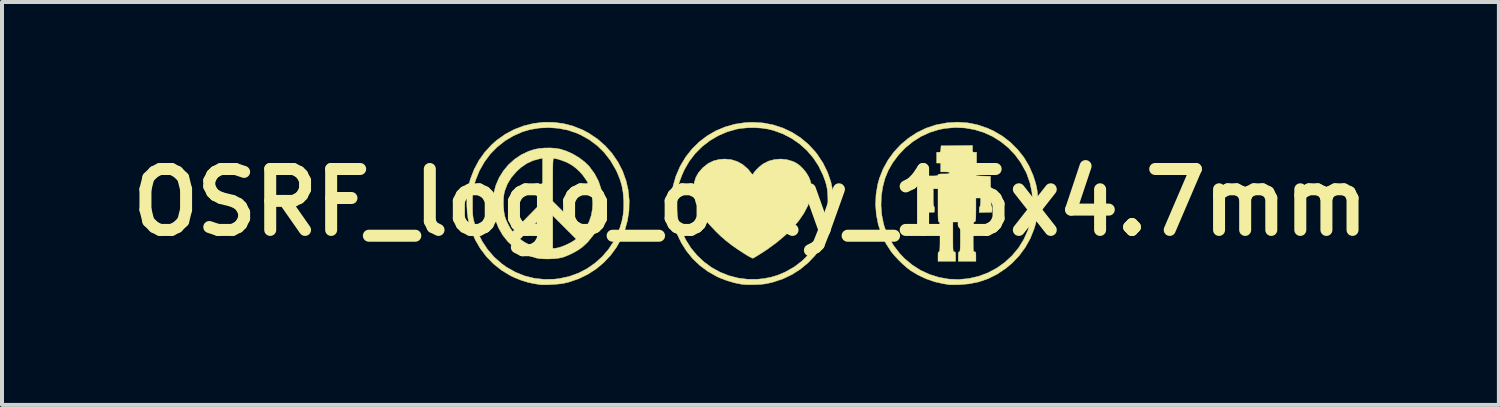
<source format=kicad_pcb>
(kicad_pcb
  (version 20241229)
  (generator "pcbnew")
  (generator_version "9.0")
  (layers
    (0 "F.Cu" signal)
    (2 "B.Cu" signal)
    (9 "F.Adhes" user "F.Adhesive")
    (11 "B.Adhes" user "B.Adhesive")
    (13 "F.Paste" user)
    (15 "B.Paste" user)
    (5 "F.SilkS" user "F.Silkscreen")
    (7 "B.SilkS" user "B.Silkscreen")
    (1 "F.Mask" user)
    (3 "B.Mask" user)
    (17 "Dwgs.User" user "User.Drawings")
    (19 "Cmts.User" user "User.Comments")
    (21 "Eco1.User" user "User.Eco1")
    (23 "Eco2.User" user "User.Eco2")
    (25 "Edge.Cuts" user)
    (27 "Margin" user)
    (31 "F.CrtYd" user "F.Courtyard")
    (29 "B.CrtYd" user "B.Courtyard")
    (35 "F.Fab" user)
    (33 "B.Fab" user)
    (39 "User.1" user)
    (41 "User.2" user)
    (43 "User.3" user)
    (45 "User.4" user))
  (footprint "OSRF_logo_only_15x4.7mm"
    (layer "F.Cu")
    (at 15.719 2.011)
    (property "Reference" "OSRF_logo_only_15x4.7mm" (at 0 0 0) (layer "F.SilkS") (effects (font (size 1.524 1.524) (thickness 0.3))))
    (attr through_hole)
    (fp_poly (pts (xy -0.478 -1.068) (xy -0.326 -1.02) (xy -0.188 -0.942) (xy -0.064 -0.834) (xy 0.022 -0.728) (xy 0.044 -0.7) (xy 0.057 -0.698) (xy 0.072 -0.719) (xy 0.108 -0.77) (xy 0.163 -0.83) (xy 0.227 -0.891) (xy 0.292 -0.944) (xy 0.323 -0.966) (xy 0.457 -1.033) (xy 0.605 -1.072) (xy 0.759 -1.084) (xy 0.913 -1.068) (xy 1.061 -1.024) (xy 1.155 -0.977) (xy 1.24 -0.915) (xy 1.325 -0.83) (xy 1.401 -0.733) (xy 1.459 -0.635) (xy 1.461 -0.631) (xy 1.49 -0.56) (xy 1.508 -0.496) (xy 1.518 -0.421) (xy 1.521 -0.372) (xy 1.521 -0.244) (xy 1.506 -0.128) (xy 1.472 -0.012) (xy 1.433 0.088) (xy 1.337 0.272) (xy 1.209 0.458) (xy 1.051 0.643) (xy 0.866 0.826) (xy 0.654 1.004) (xy 0.419 1.176) (xy 0.254 1.283) (xy 0.186 1.326) (xy 0.127 1.362) (xy 0.083 1.387) (xy 0.063 1.398) (xy 0.041 1.392) (xy -0.002 1.371) (xy -0.062 1.338) (xy -0.132 1.296) (xy -0.14 1.291) (xy -0.317 1.176) (xy -0.471 1.068) (xy -0.609 0.96) (xy -0.74 0.847) (xy -0.864 0.728) (xy -1.036 0.544) (xy -1.176 0.365) (xy -1.284 0.191) (xy -1.36 0.019) (xy -1.406 -0.15) (xy -1.422 -0.319) (xy -1.422 -0.326) (xy -1.409 -0.48) (xy -1.369 -0.617) (xy -1.299 -0.742) (xy -1.197 -0.86) (xy -1.182 -0.874) (xy -1.059 -0.971) (xy -0.926 -1.037) (xy -0.779 -1.074) (xy -0.642 -1.084) (xy -0.478 -1.068)) (stroke (width 0.01) (type solid)) (fill yes) (layer "F.SilkS"))
    (fp_poly (pts (xy 5.428 -1.989) (xy 5.68 -1.939) (xy 5.928 -1.855) (xy 6.079 -1.786) (xy 6.301 -1.656) (xy 6.503 -1.5) (xy 6.683 -1.321) (xy 6.84 -1.122) (xy 6.97 -0.904) (xy 7.071 -0.672) (xy 7.074 -0.66) (xy 7.119 -0.525) (xy 7.151 -0.406) (xy 7.171 -0.292) (xy 7.183 -0.172) (xy 7.188 -0.034) (xy 7.188 0.017) (xy 7.186 0.163) (xy 7.178 0.286) (xy 7.163 0.396) (xy 7.14 0.505) (xy 7.107 0.623) (xy 7.094 0.663) (xy 7 0.9) (xy 6.875 1.123) (xy 6.724 1.33) (xy 6.547 1.516) (xy 6.386 1.651) (xy 6.169 1.796) (xy 5.946 1.908) (xy 5.713 1.988) (xy 5.467 2.038) (xy 5.224 2.058) (xy 5.136 2.06) (xy 5.059 2.06) (xy 5 2.06) (xy 4.966 2.059) (xy 4.961 2.058) (xy 4.933 2.053) (xy 4.882 2.044) (xy 4.818 2.033) (xy 4.809 2.032) (xy 4.603 1.985) (xy 4.392 1.911) (xy 4.188 1.815) (xy 4.012 1.71) (xy 3.917 1.638) (xy 3.812 1.546) (xy 3.706 1.443) (xy 3.608 1.338) (xy 3.526 1.24) (xy 3.523 1.236) (xy 3.386 1.024) (xy 3.278 0.797) (xy 3.198 0.558) (xy 3.149 0.31) (xy 3.131 0.081) (xy 3.266 0.081) (xy 3.284 0.313) (xy 3.329 0.536) (xy 3.36 0.64) (xy 3.455 0.866) (xy 3.58 1.08) (xy 3.733 1.279) (xy 3.855 1.407) (xy 4.048 1.567) (xy 4.257 1.7) (xy 4.481 1.803) (xy 4.716 1.876) (xy 4.959 1.919) (xy 5.207 1.929) (xy 5.458 1.906) (xy 5.468 1.904) (xy 5.71 1.848) (xy 5.942 1.761) (xy 6.16 1.645) (xy 6.362 1.501) (xy 6.544 1.333) (xy 6.703 1.142) (xy 6.712 1.13) (xy 6.839 0.922) (xy 6.939 0.701) (xy 7.009 0.468) (xy 7.049 0.23) (xy 7.06 -0.012) (xy 7.04 -0.253) (xy 6.991 -0.489) (xy 6.91 -0.717) (xy 6.885 -0.771) (xy 6.762 -0.993) (xy 6.615 -1.193) (xy 6.446 -1.37) (xy 6.258 -1.522) (xy 6.054 -1.649) (xy 5.836 -1.748) (xy 5.606 -1.819) (xy 5.367 -1.861) (xy 5.122 -1.872) (xy 4.873 -1.851) (xy 4.717 -1.821) (xy 4.49 -1.751) (xy 4.271 -1.651) (xy 4.066 -1.522) (xy 3.877 -1.368) (xy 3.707 -1.191) (xy 3.559 -0.994) (xy 3.448 -0.801) (xy 3.365 -0.6) (xy 3.307 -0.381) (xy 3.273 -0.152) (xy 3.266 0.081) (xy 3.131 0.081) (xy 3.129 0.057) (xy 3.141 -0.197) (xy 3.183 -0.448) (xy 3.227 -0.605) (xy 3.32 -0.839) (xy 3.442 -1.059) (xy 3.59 -1.262) (xy 3.761 -1.445) (xy 3.954 -1.607) (xy 4.164 -1.744) (xy 4.39 -1.854) (xy 4.628 -1.934) (xy 4.647 -1.939) (xy 4.911 -1.989) (xy 5.171 -2.006) (xy 5.428 -1.989)) (stroke (width 0.01) (type solid)) (fill yes) (layer "F.SilkS"))
    (fp_poly (pts (xy -4.932 -2.002) (xy -4.684 -1.971) (xy -4.441 -1.909) (xy -4.206 -1.816) (xy -4.041 -1.729) (xy -3.823 -1.582) (xy -3.628 -1.411) (xy -3.458 -1.22) (xy -3.314 -1.009) (xy -3.198 -0.783) (xy -3.111 -0.542) (xy -3.057 -0.304) (xy -3.032 -0.046) (xy -3.038 0.208) (xy -3.076 0.455) (xy -3.142 0.693) (xy -3.236 0.919) (xy -3.356 1.131) (xy -3.501 1.328) (xy -3.669 1.506) (xy -3.858 1.664) (xy -4.067 1.799) (xy -4.294 1.91) (xy -4.538 1.993) (xy -4.665 2.024) (xy -4.732 2.035) (xy -4.819 2.044) (xy -4.918 2.052) (xy -5.02 2.058) (xy -5.116 2.061) (xy -5.198 2.061) (xy -5.257 2.058) (xy -5.266 2.056) (xy -5.304 2.05) (xy -5.363 2.04) (xy -5.427 2.03) (xy -5.579 1.997) (xy -5.743 1.945) (xy -5.906 1.879) (xy -5.999 1.834) (xy -6.222 1.7) (xy -6.423 1.541) (xy -6.603 1.357) (xy -6.758 1.152) (xy -6.887 0.928) (xy -6.989 0.686) (xy -7.038 0.528) (xy -7.065 0.395) (xy -7.084 0.24) (xy -7.093 0.076) (xy -7.093 0.001) (xy -6.951 0.001) (xy -6.951 0.034) (xy -6.95 0.148) (xy -6.949 0.236) (xy -6.945 0.304) (xy -6.939 0.362) (xy -6.93 0.415) (xy -6.916 0.471) (xy -6.904 0.516) (xy -6.821 0.753) (xy -6.709 0.977) (xy -6.571 1.184) (xy -6.407 1.371) (xy -6.221 1.535) (xy -6.101 1.621) (xy -5.879 1.746) (xy -5.648 1.839) (xy -5.407 1.899) (xy -5.159 1.926) (xy -4.904 1.921) (xy -4.771 1.905) (xy -4.529 1.852) (xy -4.3 1.769) (xy -4.084 1.657) (xy -3.885 1.518) (xy -3.705 1.356) (xy -3.547 1.171) (xy -3.413 0.966) (xy -3.305 0.743) (xy -3.262 0.627) (xy -3.215 0.469) (xy -3.186 0.32) (xy -3.171 0.167) (xy -3.169 -0.001) (xy -3.171 -0.057) (xy -3.186 -0.249) (xy -3.217 -0.421) (xy -3.266 -0.585) (xy -3.336 -0.754) (xy -3.369 -0.821) (xy -3.5 -1.045) (xy -3.654 -1.244) (xy -3.83 -1.418) (xy -4.03 -1.567) (xy -4.251 -1.69) (xy -4.358 -1.737) (xy -4.576 -1.809) (xy -4.806 -1.853) (xy -5.044 -1.87) (xy -5.281 -1.859) (xy -5.511 -1.821) (xy -5.695 -1.767) (xy -5.928 -1.665) (xy -6.143 -1.537) (xy -6.337 -1.382) (xy -6.51 -1.205) (xy -6.658 -1.005) (xy -6.781 -0.787) (xy -6.876 -0.551) (xy -6.911 -0.432) (xy -6.926 -0.372) (xy -6.936 -0.317) (xy -6.944 -0.26) (xy -6.948 -0.193) (xy -6.95 -0.108) (xy -6.951 0.001) (xy -7.093 0.001) (xy -7.093 -0.086) (xy -7.082 -0.235) (xy -7.071 -0.313) (xy -7.007 -0.574) (xy -6.913 -0.819) (xy -6.791 -1.048) (xy -6.641 -1.258) (xy -6.466 -1.447) (xy -6.341 -1.556) (xy -6.13 -1.705) (xy -5.906 -1.824) (xy -5.671 -1.913) (xy -5.428 -1.973) (xy -5.181 -2.003) (xy -4.932 -2.002)) (stroke (width 0.01) (type solid)) (fill yes) (layer "F.SilkS"))
    (fp_poly (pts (xy 0.313 -1.987) (xy 0.567 -1.939) (xy 0.81 -1.86) (xy 1.039 -1.752) (xy 1.252 -1.616) (xy 1.447 -1.453) (xy 1.622 -1.264) (xy 1.669 -1.204) (xy 1.815 -0.983) (xy 1.929 -0.75) (xy 2.013 -0.507) (xy 2.064 -0.257) (xy 2.083 -0.001) (xy 2.07 0.257) (xy 2.024 0.515) (xy 1.981 0.665) (xy 1.888 0.901) (xy 1.766 1.122) (xy 1.618 1.325) (xy 1.445 1.508) (xy 1.251 1.669) (xy 1.038 1.805) (xy 0.808 1.915) (xy 0.564 1.995) (xy 0.55 1.999) (xy 0.444 2.024) (xy 0.35 2.041) (xy 0.254 2.051) (xy 0.141 2.057) (xy 0.119 2.057) (xy 0.023 2.059) (xy -0.072 2.058) (xy -0.154 2.055) (xy -0.213 2.049) (xy -0.215 2.049) (xy -0.401 2.012) (xy -0.594 1.955) (xy -0.78 1.883) (xy -0.84 1.855) (xy -1.065 1.727) (xy -1.268 1.576) (xy -1.447 1.404) (xy -1.601 1.214) (xy -1.731 1.008) (xy -1.835 0.789) (xy -1.912 0.559) (xy -1.961 0.322) (xy -1.982 0.08) (xy -1.98 0.017) (xy -1.836 0.017) (xy -1.836 0.136) (xy -1.834 0.228) (xy -1.83 0.3) (xy -1.823 0.361) (xy -1.813 0.418) (xy -1.8 0.476) (xy -1.722 0.716) (xy -1.617 0.939) (xy -1.487 1.144) (xy -1.334 1.328) (xy -1.16 1.491) (xy -0.969 1.631) (xy -0.761 1.745) (xy -0.541 1.833) (xy -0.309 1.893) (xy -0.068 1.924) (xy 0.178 1.923) (xy 0.339 1.906) (xy 0.518 1.871) (xy 0.682 1.822) (xy 0.847 1.753) (xy 0.891 1.732) (xy 1.105 1.609) (xy 1.3 1.458) (xy 1.475 1.284) (xy 1.626 1.088) (xy 1.752 0.874) (xy 1.85 0.645) (xy 1.901 0.476) (xy 1.915 0.417) (xy 1.925 0.361) (xy 1.932 0.3) (xy 1.935 0.227) (xy 1.937 0.135) (xy 1.937 0.017) (xy 1.936 -0.122) (xy 1.93 -0.236) (xy 1.92 -0.333) (xy 1.902 -0.423) (xy 1.877 -0.513) (xy 1.842 -0.612) (xy 1.812 -0.688) (xy 1.705 -0.91) (xy 1.571 -1.114) (xy 1.412 -1.299) (xy 1.23 -1.462) (xy 1.029 -1.601) (xy 0.81 -1.714) (xy 0.577 -1.799) (xy 0.44 -1.833) (xy 0.285 -1.857) (xy 0.112 -1.868) (xy -0.066 -1.866) (xy -0.235 -1.851) (xy -0.339 -1.833) (xy -0.579 -1.765) (xy -0.806 -1.668) (xy -1.017 -1.543) (xy -1.21 -1.394) (xy -1.383 -1.221) (xy -1.531 -1.027) (xy -1.654 -0.815) (xy -1.71 -0.688) (xy -1.753 -0.578) (xy -1.785 -0.482) (xy -1.807 -0.393) (xy -1.822 -0.302) (xy -1.831 -0.2) (xy -1.835 -0.079) (xy -1.836 0.017) (xy -1.98 0.017) (xy -1.973 -0.166) (xy -1.935 -0.411) (xy -1.865 -0.654) (xy -1.763 -0.891) (xy -1.752 -0.913) (xy -1.619 -1.135) (xy -1.46 -1.336) (xy -1.28 -1.513) (xy -1.08 -1.665) (xy -0.862 -1.791) (xy -0.63 -1.888) (xy -0.384 -1.957) (xy -0.129 -1.995) (xy 0.051 -2.003) (xy 0.313 -1.987)) (stroke (width 0.01) (type solid)) (fill yes) (layer "F.SilkS"))
    (fp_poly (pts (xy -4.874 -1.352) (xy -4.757 -1.332) (xy -4.75 -1.331) (xy -4.595 -1.279) (xy -4.438 -1.207) (xy -4.288 -1.118) (xy -4.154 -1.017) (xy -4.043 -0.911) (xy -4.027 -0.892) (xy -3.897 -0.714) (xy -3.799 -0.527) (xy -3.734 -0.331) (xy -3.698 -0.122) (xy -3.692 0.025) (xy -3.708 0.244) (xy -3.755 0.454) (xy -3.833 0.651) (xy -3.94 0.833) (xy -4.074 0.998) (xy -4.203 1.117) (xy -4.295 1.183) (xy -4.407 1.249) (xy -4.528 1.309) (xy -4.646 1.358) (xy -4.716 1.38) (xy -4.807 1.398) (xy -4.92 1.41) (xy -5.043 1.415) (xy -5.165 1.414) (xy -5.274 1.406) (xy -5.342 1.395) (xy -5.549 1.333) (xy -5.74 1.241) (xy -5.913 1.124) (xy -6.065 0.983) (xy -6.119 0.916) (xy -5.766 0.916) (xy -5.723 0.948) (xy -5.649 0.998) (xy -5.558 1.046) (xy -5.46 1.09) (xy -5.364 1.124) (xy -5.28 1.145) (xy -5.237 1.15) (xy -5.199 1.151) (xy -4.945 1.151) (xy -4.906 1.151) (xy -4.869 1.147) (xy -4.814 1.136) (xy -4.775 1.126) (xy -4.704 1.103) (xy -4.621 1.068) (xy -4.535 1.028) (xy -4.459 0.986) (xy -4.404 0.95) (xy -4.403 0.949) (xy -4.36 0.916) (xy -4.652 0.623) (xy -4.945 0.33) (xy -4.945 1.151) (xy -5.199 1.151) (xy -5.199 0.347) (xy -5.482 0.631) (xy -5.766 0.916) (xy -6.119 0.916) (xy -6.195 0.82) (xy -6.3 0.639) (xy -6.378 0.441) (xy -6.427 0.229) (xy -6.435 0.177) (xy -6.443 -0.018) (xy -6.179 -0.018) (xy -6.176 0.111) (xy -6.165 0.235) (xy -6.145 0.344) (xy -6.131 0.389) (xy -6.108 0.449) (xy -6.077 0.516) (xy -6.043 0.583) (xy -6.008 0.645) (xy -5.977 0.694) (xy -5.953 0.723) (xy -5.945 0.728) (xy -5.93 0.716) (xy -5.894 0.683) (xy -5.841 0.632) (xy -5.773 0.565) (xy -5.694 0.486) (xy -5.606 0.397) (xy -5.565 0.355) (xy -5.199 -0.018) (xy -5.199 -0.563) (xy -4.945 -0.563) (xy -4.945 -0.026) (xy -4.568 0.351) (xy -4.475 0.444) (xy -4.39 0.528) (xy -4.316 0.601) (xy -4.255 0.66) (xy -4.211 0.702) (xy -4.186 0.725) (xy -4.182 0.728) (xy -4.169 0.715) (xy -4.145 0.68) (xy -4.117 0.635) (xy -4.035 0.482) (xy -3.982 0.33) (xy -3.953 0.169) (xy -3.945 0.017) (xy -3.961 -0.176) (xy -4.007 -0.357) (xy -4.084 -0.525) (xy -4.194 -0.682) (xy -4.275 -0.772) (xy -4.363 -0.854) (xy -4.444 -0.917) (xy -4.531 -0.969) (xy -4.549 -0.979) (xy -4.63 -1.016) (xy -4.718 -1.05) (xy -4.805 -1.078) (xy -4.88 -1.095) (xy -4.923 -1.1) (xy -4.93 -1.093) (xy -4.934 -1.07) (xy -4.938 -1.028) (xy -4.941 -0.964) (xy -4.943 -0.875) (xy -4.944 -0.759) (xy -4.945 -0.612) (xy -4.945 -0.563) (xy -5.199 -0.563) (xy -5.199 -1.104) (xy -5.262 -1.093) (xy -5.433 -1.047) (xy -5.59 -0.976) (xy -5.737 -0.875) (xy -5.851 -0.772) (xy -5.98 -0.622) (xy -6.078 -0.461) (xy -6.144 -0.29) (xy -6.157 -0.243) (xy -6.173 -0.14) (xy -6.179 -0.018) (xy -6.443 -0.018) (xy -6.443 -0.03) (xy -6.42 -0.233) (xy -6.367 -0.428) (xy -6.287 -0.613) (xy -6.181 -0.785) (xy -6.051 -0.941) (xy -5.9 -1.077) (xy -5.73 -1.191) (xy -5.542 -1.28) (xy -5.409 -1.323) (xy -5.291 -1.346) (xy -5.154 -1.359) (xy -5.011 -1.361) (xy -4.874 -1.352)) (stroke (width 0.01) (type solid)) (fill yes) (layer "F.SilkS"))
    (fp_poly (pts (xy 5.554 -1.338) (xy 5.555 -1.288) (xy 5.562 -1.263) (xy 5.58 -1.254) (xy 5.605 -1.253) (xy 5.656 -1.253) (xy 5.656 -0.982) (xy 5.554 -0.982) (xy 5.554 -0.762) (xy 5.444 -0.762) (xy 5.382 -0.76) (xy 5.348 -0.754) (xy 5.335 -0.742) (xy 5.334 -0.737) (xy 5.34 -0.724) (xy 5.362 -0.716) (xy 5.405 -0.712) (xy 5.475 -0.711) (xy 5.486 -0.711) (xy 5.561 -0.71) (xy 5.608 -0.706) (xy 5.632 -0.699) (xy 5.639 -0.687) (xy 5.639 -0.686) (xy 5.645 -0.675) (xy 5.667 -0.667) (xy 5.711 -0.662) (xy 5.781 -0.658) (xy 5.821 -0.657) (xy 6.003 -0.652) (xy 6.007 -0.275) (xy 6.01 -0.137) (xy 6.014 -0.029) (xy 6.018 0.047) (xy 6.024 0.091) (xy 6.03 0.102) (xy 6.04 0.117) (xy 6.043 0.157) (xy 6.042 0.174) (xy 6.037 0.246) (xy 5.88 0.25) (xy 5.723 0.255) (xy 5.723 0.178) (xy 5.727 0.133) (xy 5.735 0.105) (xy 5.74 0.102) (xy 5.748 0.085) (xy 5.753 0.039) (xy 5.756 -0.035) (xy 5.757 -0.119) (xy 5.757 -0.339) (xy 5.639 -0.339) (xy 5.639 0.069) (xy 5.639 0.197) (xy 5.638 0.295) (xy 5.637 0.368) (xy 5.634 0.418) (xy 5.631 0.451) (xy 5.625 0.471) (xy 5.617 0.481) (xy 5.607 0.486) (xy 5.605 0.486) (xy 5.594 0.49) (xy 5.586 0.5) (xy 5.579 0.518) (xy 5.575 0.55) (xy 5.573 0.599) (xy 5.572 0.671) (xy 5.571 0.768) (xy 5.571 0.866) (xy 5.571 0.987) (xy 5.572 1.078) (xy 5.573 1.144) (xy 5.576 1.188) (xy 5.58 1.216) (xy 5.587 1.23) (xy 5.595 1.235) (xy 5.605 1.236) (xy 5.623 1.239) (xy 5.633 1.254) (xy 5.638 1.287) (xy 5.639 1.345) (xy 5.639 1.355) (xy 5.639 1.473) (xy 5.199 1.473) (xy 5.199 1.355) (xy 5.2 1.29) (xy 5.205 1.253) (xy 5.216 1.238) (xy 5.224 1.236) (xy 5.232 1.232) (xy 5.239 1.218) (xy 5.243 1.188) (xy 5.246 1.141) (xy 5.248 1.07) (xy 5.249 0.974) (xy 5.249 0.864) (xy 5.249 0.491) (xy 5.063 0.491) (xy 5.063 0.864) (xy 5.063 0.985) (xy 5.064 1.077) (xy 5.065 1.143) (xy 5.068 1.188) (xy 5.072 1.215) (xy 5.078 1.23) (xy 5.087 1.235) (xy 5.097 1.236) (xy 5.115 1.239) (xy 5.125 1.254) (xy 5.13 1.287) (xy 5.131 1.345) (xy 5.131 1.355) (xy 5.131 1.473) (xy 4.691 1.473) (xy 4.691 1.355) (xy 4.692 1.29) (xy 4.697 1.253) (xy 4.708 1.238) (xy 4.716 1.236) (xy 4.724 1.232) (xy 4.731 1.218) (xy 4.735 1.188) (xy 4.738 1.141) (xy 4.74 1.07) (xy 4.741 0.974) (xy 4.741 0.864) (xy 4.741 0.74) (xy 4.74 0.647) (xy 4.738 0.58) (xy 4.735 0.534) (xy 4.73 0.507) (xy 4.723 0.494) (xy 4.716 0.491) (xy 4.708 0.487) (xy 4.702 0.473) (xy 4.697 0.445) (xy 4.694 0.399) (xy 4.692 0.332) (xy 4.691 0.239) (xy 4.691 0.118) (xy 4.691 0.076) (xy 4.691 -0.339) (xy 4.572 -0.339) (xy 4.572 -0.119) (xy 4.573 -0.017) (xy 4.577 0.054) (xy 4.584 0.094) (xy 4.59 0.102) (xy 4.6 0.117) (xy 4.603 0.158) (xy 4.603 0.174) (xy 4.597 0.246) (xy 4.441 0.25) (xy 4.284 0.255) (xy 4.284 0.178) (xy 4.287 0.133) (xy 4.296 0.105) (xy 4.301 0.102) (xy 4.307 0.085) (xy 4.312 0.036) (xy 4.315 -0.043) (xy 4.317 -0.151) (xy 4.318 -0.279) (xy 4.318 -0.66) (xy 4.504 -0.66) (xy 4.588 -0.661) (xy 4.643 -0.664) (xy 4.674 -0.669) (xy 4.688 -0.678) (xy 4.691 -0.686) (xy 4.697 -0.698) (xy 4.719 -0.706) (xy 4.764 -0.71) (xy 4.834 -0.711) (xy 4.906 -0.712) (xy 4.95 -0.716) (xy 4.972 -0.724) (xy 4.978 -0.737) (xy 4.971 -0.751) (xy 4.945 -0.759) (xy 4.893 -0.762) (xy 4.868 -0.762) (xy 4.758 -0.762) (xy 4.758 -0.982) (xy 4.657 -0.982) (xy 4.657 -1.253) (xy 4.707 -1.253) (xy 4.737 -1.255) (xy 4.752 -1.269) (xy 4.759 -1.301) (xy 4.762 -1.333) (xy 4.767 -1.414) (xy 5.554 -1.423) (xy 5.554 -1.338)) (stroke (width 0.01) (type solid)) (fill yes) (layer "F.SilkS")))
  (gr_rect
    (start -3 -3)
    (end 34.438 7.077)
    (stroke (width 0.1) (type default))
    (fill no)
    (layer "Edge.Cuts")))
</source>
